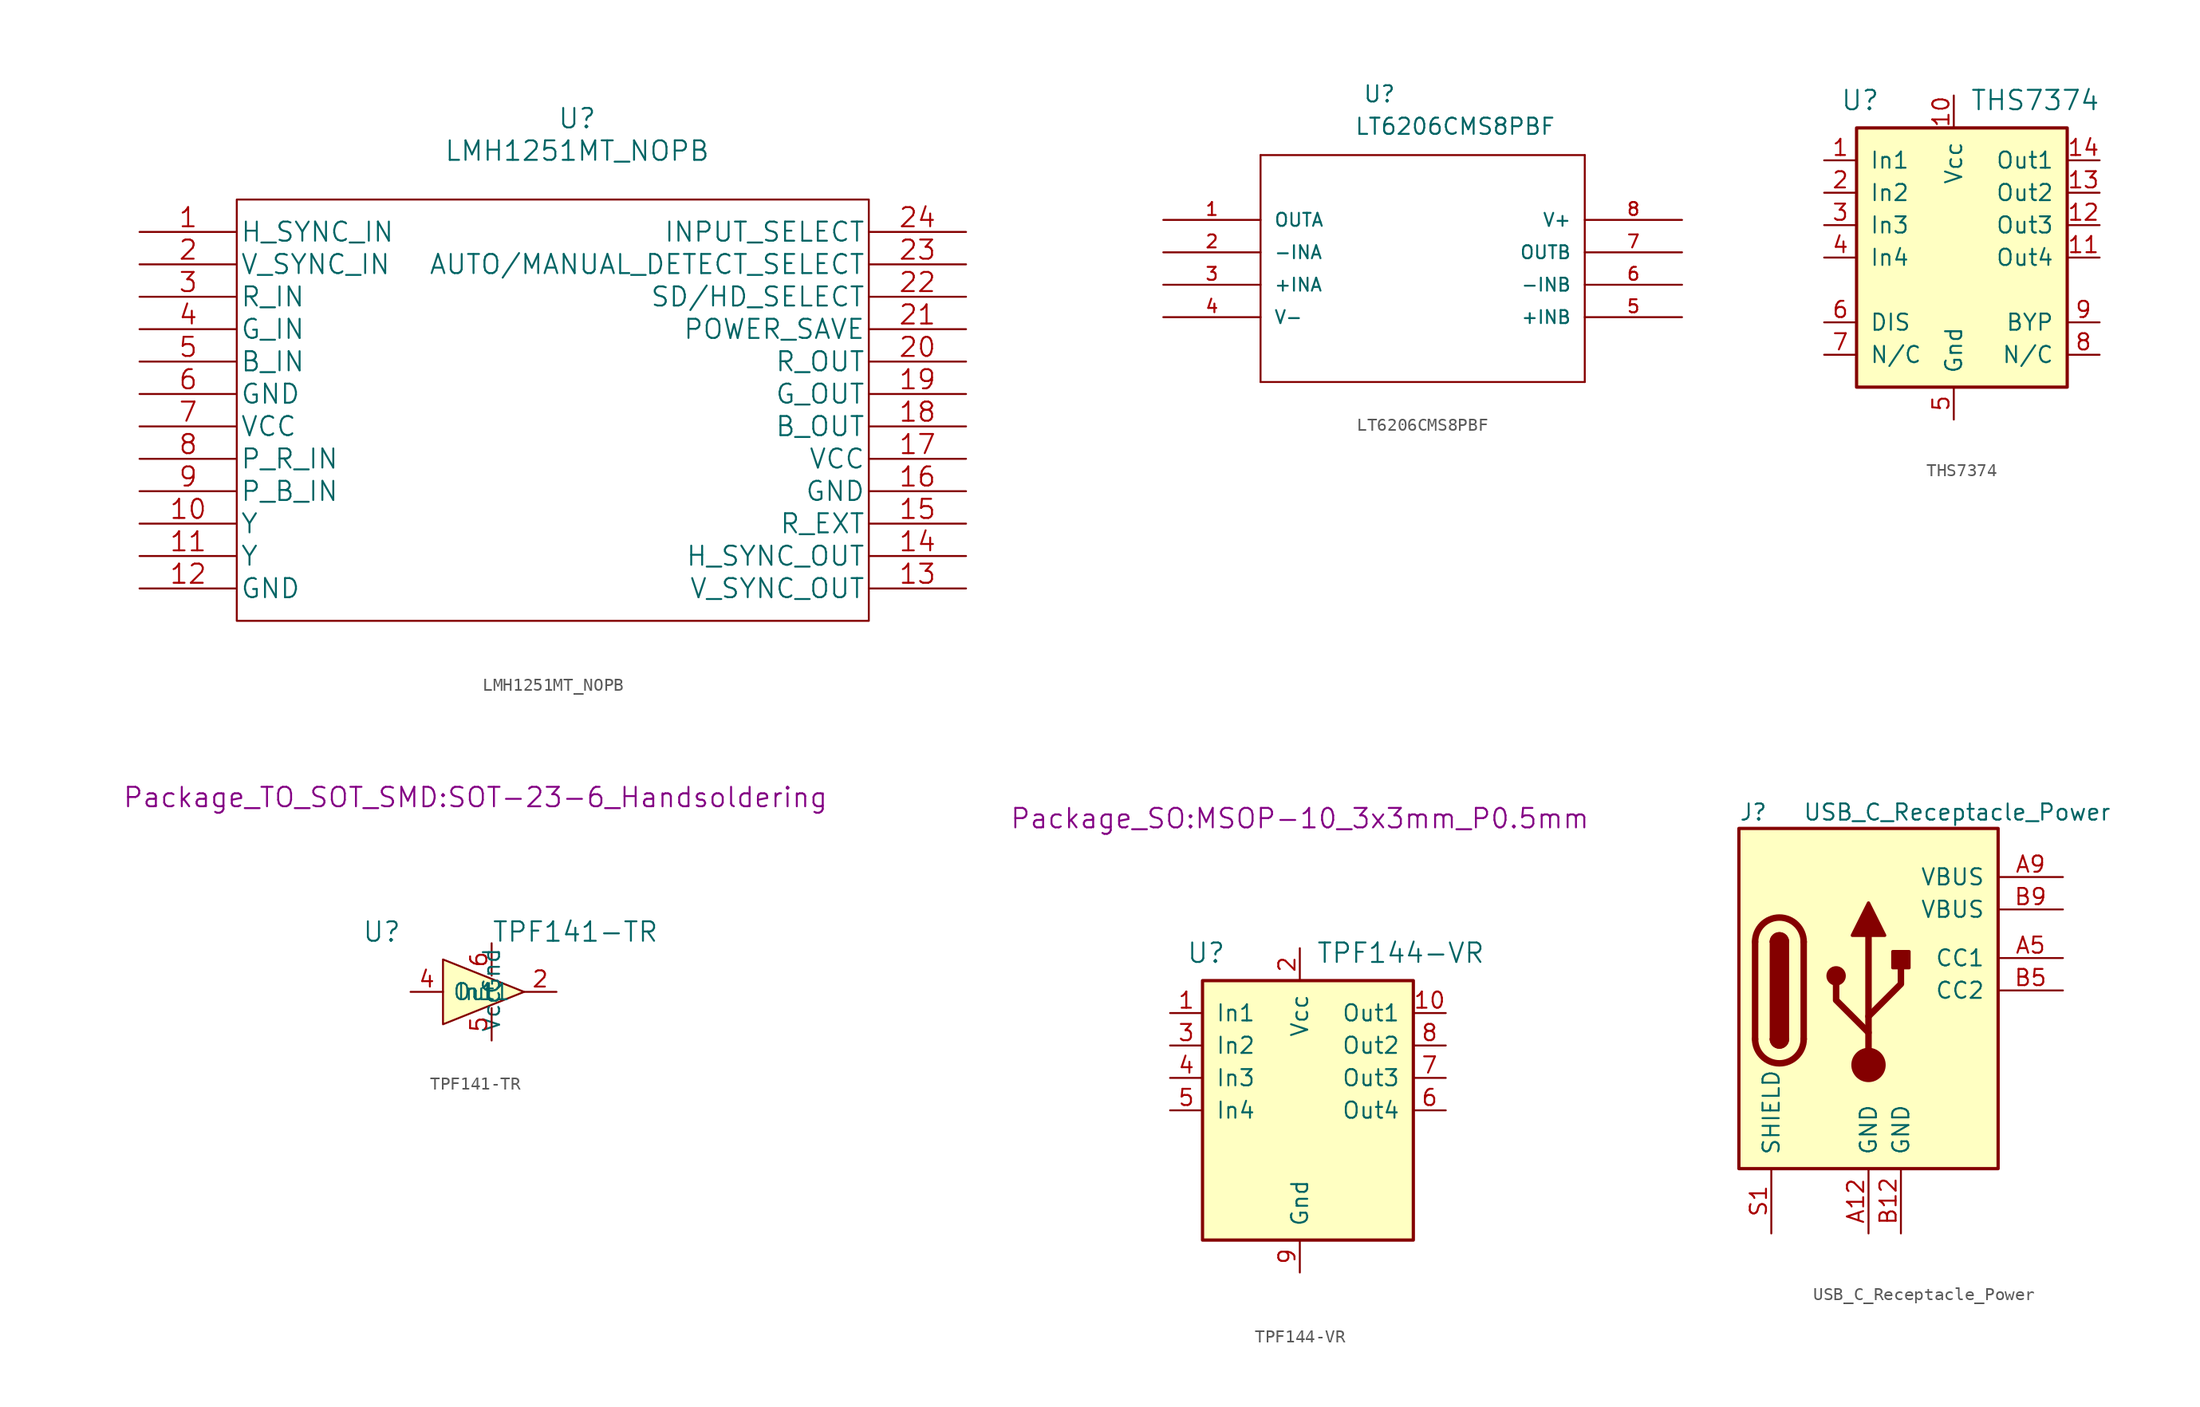
<source format=kicad_sym>
(kicad_symbol_lib
  (version 20211014)
  (generator kicad_symbol_editor)
  (symbol "LMH1251MT_NOPB"
    (pin_names
      (offset 0.254))
    (property "Reference" "U"
      (at 58.42 10.16 0)
      (effects (font (size 1.524 1.524))))
    (property "Value" "LMH1251MT_NOPB"
      (at 58.42 7.62 0)
      (effects (font (size 1.524 1.524))))
    (property "Datasheet" ""
      (at 24.13 1.27 0)
      (effects (font (size 1.524 1.524))))
    (symbol "LMH1251MT_NOPB_0_1"
      (polyline (pts (xy 31.75 3.81) (xy 31.75 -29.21) (xy 81.28 -29.21) (xy 81.28 3.81) (xy 31.75 3.81)) (stroke (width 0) (type default) (color 0 0 0 0)) (fill (type none))))
    (symbol "LMH1251MT_NOPB_1_0"
      (pin input line (at 24.13 1.27 0) (length 7.62) (name "H_SYNC_IN" (effects (font (size 1.499 1.499)))) (number "1" (effects (font (size 1.499 1.499)))))
      (pin input line (at 24.13 -21.59 0) (length 7.62) (name "Y" (effects (font (size 1.499 1.499)))) (number "10" (effects (font (size 1.499 1.499)))))
      (pin input line (at 24.13 -24.13 0) (length 7.62) (name "Y" (effects (font (size 1.499 1.499)))) (number "11" (effects (font (size 1.499 1.499)))))
      (pin power_in line (at 24.13 -26.67 0) (length 7.62) (name "GND" (effects (font (size 1.499 1.499)))) (number "12" (effects (font (size 1.499 1.499)))))
      (pin output line (at 88.9 -26.67 180) (length 7.62) (name "V_SYNC_OUT" (effects (font (size 1.499 1.499)))) (number "13" (effects (font (size 1.499 1.499)))))
      (pin output line (at 88.9 -24.13 180) (length 7.62) (name "H_SYNC_OUT" (effects (font (size 1.499 1.499)))) (number "14" (effects (font (size 1.499 1.499)))))
      (pin unspecified line (at 88.9 -21.59 180) (length 7.62) (name "R_EXT" (effects (font (size 1.499 1.499)))) (number "15" (effects (font (size 1.499 1.499)))))
      (pin power_in line (at 88.9 -19.05 180) (length 7.62) (name "GND" (effects (font (size 1.499 1.499)))) (number "16" (effects (font (size 1.499 1.499)))))
      (pin power_in line (at 88.9 -16.51 180) (length 7.62) (name "VCC" (effects (font (size 1.499 1.499)))) (number "17" (effects (font (size 1.499 1.499)))))
      (pin output line (at 88.9 -13.97 180) (length 7.62) (name "B_OUT" (effects (font (size 1.499 1.499)))) (number "18" (effects (font (size 1.499 1.499)))))
      (pin output line (at 88.9 -11.43 180) (length 7.62) (name "G_OUT" (effects (font (size 1.499 1.499)))) (number "19" (effects (font (size 1.499 1.499)))))
      (pin input line (at 24.13 -1.27 0) (length 7.62) (name "V_SYNC_IN" (effects (font (size 1.499 1.499)))) (number "2" (effects (font (size 1.499 1.499)))))
      (pin output line (at 88.9 -8.89 180) (length 7.62) (name "R_OUT" (effects (font (size 1.499 1.499)))) (number "20" (effects (font (size 1.499 1.499)))))
      (pin unspecified line (at 88.9 -6.35 180) (length 7.62) (name "POWER_SAVE" (effects (font (size 1.499 1.499)))) (number "21" (effects (font (size 1.499 1.499)))))
      (pin unspecified line (at 88.9 -3.81 180) (length 7.62) (name "SD/HD_SELECT" (effects (font (size 1.499 1.499)))) (number "22" (effects (font (size 1.499 1.499)))))
      (pin unspecified line (at 88.9 -1.27 180) (length 7.62) (name "AUTO/MANUAL_DETECT_SELECT" (effects (font (size 1.499 1.499)))) (number "23" (effects (font (size 1.499 1.499)))))
      (pin unspecified line (at 88.9 1.27 180) (length 7.62) (name "INPUT_SELECT" (effects (font (size 1.499 1.499)))) (number "24" (effects (font (size 1.499 1.499)))))
      (pin input line (at 24.13 -3.81 0) (length 7.62) (name "R_IN" (effects (font (size 1.499 1.499)))) (number "3" (effects (font (size 1.499 1.499)))))
      (pin input line (at 24.13 -6.35 0) (length 7.62) (name "G_IN" (effects (font (size 1.499 1.499)))) (number "4" (effects (font (size 1.499 1.499)))))
      (pin input line (at 24.13 -8.89 0) (length 7.62) (name "B_IN" (effects (font (size 1.499 1.499)))) (number "5" (effects (font (size 1.499 1.499)))))
      (pin power_in line (at 24.13 -11.43 0) (length 7.62) (name "GND" (effects (font (size 1.499 1.499)))) (number "6" (effects (font (size 1.499 1.499)))))
      (pin power_in line (at 24.13 -13.97 0) (length 7.62) (name "VCC" (effects (font (size 1.499 1.499)))) (number "7" (effects (font (size 1.499 1.499)))))
      (pin input line (at 24.13 -16.51 0) (length 7.62) (name "P_R_IN" (effects (font (size 1.499 1.499)))) (number "8" (effects (font (size 1.499 1.499)))))
      (pin input line (at 24.13 -19.05 0) (length 7.62) (name "P_B_IN" (effects (font (size 1.499 1.499)))) (number "9" (effects (font (size 1.499 1.499)))))))
  (symbol "LT6206CMS8PBF"
    (pin_names
      (offset 1.016))
    (property "Reference" "U"
      (at 15.621 9.119 0)
      (effects (font (size 1.27 1.27)) (justify left bottom)))
    (property "Value" "LT6206CMS8PBF"
      (at 14.961 6.579 0)
      (effects (font (size 1.27 1.27)) (justify left bottom)))
    (property "ki_locked" ""
      (at 0 0 0)
      (effects (font (size 1.27 1.27))))
    (symbol "LT6206CMS8PBF_0_0"
      (polyline (pts (xy 7.62 -12.7) (xy 33.02 -12.7)) (stroke (width 0.152) (type default) (color 0 0 0 0)) (fill (type none)))
      (polyline (pts (xy 7.62 5.08) (xy 7.62 -12.7)) (stroke (width 0.152) (type default) (color 0 0 0 0)) (fill (type none)))
      (polyline (pts (xy 33.02 -12.7) (xy 33.02 5.08)) (stroke (width 0.152) (type default) (color 0 0 0 0)) (fill (type none)))
      (polyline (pts (xy 33.02 5.08) (xy 7.62 5.08)) (stroke (width 0.152) (type default) (color 0 0 0 0)) (fill (type none)))
      (pin output line (at 0 0 0) (length 7.62) (name "OUTA" (effects (font (size 1.016 1.016)))) (number "1" (effects (font (size 1.016 1.016)))))
      (pin input line (at 0 -2.54 0) (length 7.62) (name "-INA" (effects (font (size 1.016 1.016)))) (number "2" (effects (font (size 1.016 1.016)))))
      (pin input line (at 0 -5.08 0) (length 7.62) (name "+INA" (effects (font (size 1.016 1.016)))) (number "3" (effects (font (size 1.016 1.016)))))
      (pin power_in line (at 0 -7.62 0) (length 7.62) (name "V-" (effects (font (size 1.016 1.016)))) (number "4" (effects (font (size 1.016 1.016)))))
      (pin input line (at 40.64 -7.62 180) (length 7.62) (name "+INB" (effects (font (size 1.016 1.016)))) (number "5" (effects (font (size 1.016 1.016)))))
      (pin input line (at 40.64 -5.08 180) (length 7.62) (name "-INB" (effects (font (size 1.016 1.016)))) (number "6" (effects (font (size 1.016 1.016)))))
      (pin output line (at 40.64 -2.54 180) (length 7.62) (name "OUTB" (effects (font (size 1.016 1.016)))) (number "7" (effects (font (size 1.016 1.016)))))
      (pin power_in line (at 40.64 0 180) (length 7.62) (name "V+" (effects (font (size 1.016 1.016)))) (number "8" (effects (font (size 1.016 1.016)))))))
  (symbol "THS7374"
    (pin_names
      (offset 1.016))
    (property "Reference" "U"
      (at -3.81 6.35 0)
      (effects (font (size 1.524 1.524)) (justify left bottom)))
    (property "Value" "THS7374"
      (at 6.35 6.35 0)
      (effects (font (size 1.524 1.524)) (justify left bottom)))
    (property "Footprint" ""
      (at 0 0 0)
      (effects (font (size 1.524 1.524))))
    (property "Datasheet" ""
      (at 0 0 0)
      (effects (font (size 1.524 1.524))))
    (symbol "THS7374_0_1"
      (rectangle (start -2.54 -15.24) (end 13.97 5.08) (stroke (width 0.254) (type default) (color 0 0 0 0)) (fill (type background)))
      (pin input line (at -5.08 2.54 0) (length 2.54) (name "In1" (effects (font (size 1.27 1.27)))) (number "1" (effects (font (size 1.27 1.27)))))
      (pin power_in line (at 5.08 7.62 270) (length 2.54) (name "Vcc" (effects (font (size 1.27 1.27)))) (number "10" (effects (font (size 1.27 1.27)))))
      (pin output line (at 16.51 -5.08 180) (length 2.54) (name "Out4" (effects (font (size 1.27 1.27)))) (number "11" (effects (font (size 1.27 1.27)))))
      (pin output line (at 16.51 -2.54 180) (length 2.54) (name "Out3" (effects (font (size 1.27 1.27)))) (number "12" (effects (font (size 1.27 1.27)))))
      (pin output line (at 16.51 0 180) (length 2.54) (name "Out2" (effects (font (size 1.27 1.27)))) (number "13" (effects (font (size 1.27 1.27)))))
      (pin output line (at 16.51 2.54 180) (length 2.54) (name "Out1" (effects (font (size 1.27 1.27)))) (number "14" (effects (font (size 1.27 1.27)))))
      (pin input line (at -5.08 0 0) (length 2.54) (name "In2" (effects (font (size 1.27 1.27)))) (number "2" (effects (font (size 1.27 1.27)))))
      (pin input line (at -5.08 -2.54 0) (length 2.54) (name "In3" (effects (font (size 1.27 1.27)))) (number "3" (effects (font (size 1.27 1.27)))))
      (pin input line (at -5.08 -5.08 0) (length 2.54) (name "In4" (effects (font (size 1.27 1.27)))) (number "4" (effects (font (size 1.27 1.27)))))
      (pin power_in line (at 5.08 -17.78 90) (length 2.54) (name "Gnd" (effects (font (size 1.27 1.27)))) (number "5" (effects (font (size 1.27 1.27)))))
      (pin input line (at -5.08 -10.16 0) (length 2.54) (name "DIS" (effects (font (size 1.27 1.27)))) (number "6" (effects (font (size 1.27 1.27)))))
      (pin passive line (at -5.08 -12.7 0) (length 2.54) (name "N/C" (effects (font (size 1.27 1.27)))) (number "7" (effects (font (size 1.27 1.27)))))
      (pin passive line (at 16.51 -12.7 180) (length 2.54) (name "N/C" (effects (font (size 1.27 1.27)))) (number "8" (effects (font (size 1.27 1.27)))))
      (pin input line (at 16.51 -10.16 180) (length 2.54) (name "BYP" (effects (font (size 1.27 1.27)))) (number "9" (effects (font (size 1.27 1.27)))))))
  (symbol "TPF141-TR"
    (pin_names
      (offset 1.016))
    (property "Reference" "U"
      (at -8.89 12.7 0)
      (effects (font (size 1.524 1.524)) (justify left bottom)))
    (property "Value" "TPF141-TR"
      (at 1.27 12.7 0)
      (effects (font (size 1.524 1.524)) (justify left bottom)))
    (property "Footprint" "Package_TO_SOT_SMD:SOT-23-6_Handsoldering"
      (at 0 24.13 0)
      (effects (font (size 1.524 1.524))))
    (property "Datasheet" ""
      (at -5.08 6.35 0)
      (effects (font (size 1.524 1.524))))
    (symbol "TPF141-TR_0_1"
      (polyline (pts (xy -2.54 11.43) (xy 3.81 8.89) (xy -2.54 6.35) (xy -2.54 11.43)) (stroke (width 0.152) (type default) (color 0 0 0 0)) (fill (type background)))
      (pin output line (at 6.35 8.89 180) (length 2.54) (name "Out1" (effects (font (size 1.27 1.27)))) (number "2" (effects (font (size 1.27 1.27)))))
      (pin input line (at -5.08 8.89 0) (length 2.54) (name "In1" (effects (font (size 1.27 1.27)))) (number "4" (effects (font (size 1.27 1.27)))))
      (pin power_in line (at 1.27 5.08 90) (length 2.54) (name "Gnd" (effects (font (size 1.27 1.27)))) (number "5" (effects (font (size 1.27 1.27)))))
      (pin power_in line (at 1.27 12.7 270) (length 2.54) (name "Vcc" (effects (font (size 1.27 1.27)))) (number "6" (effects (font (size 1.27 1.27)))))))
  (symbol "TPF144-VR"
    (pin_names
      (offset 1.016))
    (property "Reference" "U"
      (at -8.89 12.7 0)
      (effects (font (size 1.524 1.524)) (justify left bottom)))
    (property "Value" "TPF144-VR"
      (at 1.27 12.7 0)
      (effects (font (size 1.524 1.524)) (justify left bottom)))
    (property "Footprint" "Package_SO:MSOP-10_3x3mm_P0.5mm"
      (at 0 24.13 0)
      (effects (font (size 1.524 1.524))))
    (property "Datasheet" ""
      (at -5.08 6.35 0)
      (effects (font (size 1.524 1.524))))
    (symbol "TPF144-VR_0_1"
      (rectangle (start -7.62 -8.89) (end 8.89 11.43) (stroke (width 0.254) (type default) (color 0 0 0 0)) (fill (type background)))
      (pin input line (at -10.16 8.89 0) (length 2.54) (name "In1" (effects (font (size 1.27 1.27)))) (number "1" (effects (font (size 1.27 1.27)))))
      (pin output line (at 11.43 8.89 180) (length 2.54) (name "Out1" (effects (font (size 1.27 1.27)))) (number "10" (effects (font (size 1.27 1.27)))))
      (pin power_in line (at 0 13.97 270) (length 2.54) (name "Vcc" (effects (font (size 1.27 1.27)))) (number "2" (effects (font (size 1.27 1.27)))))
      (pin input line (at -10.16 6.35 0) (length 2.54) (name "In2" (effects (font (size 1.27 1.27)))) (number "3" (effects (font (size 1.27 1.27)))))
      (pin input line (at -10.16 3.81 0) (length 2.54) (name "In3" (effects (font (size 1.27 1.27)))) (number "4" (effects (font (size 1.27 1.27)))))
      (pin input line (at -10.16 1.27 0) (length 2.54) (name "In4" (effects (font (size 1.27 1.27)))) (number "5" (effects (font (size 1.27 1.27)))))
      (pin output line (at 11.43 1.27 180) (length 2.54) (name "Out4" (effects (font (size 1.27 1.27)))) (number "6" (effects (font (size 1.27 1.27)))))
      (pin output line (at 11.43 3.81 180) (length 2.54) (name "Out3" (effects (font (size 1.27 1.27)))) (number "7" (effects (font (size 1.27 1.27)))))
      (pin output line (at 11.43 6.35 180) (length 2.54) (name "Out2" (effects (font (size 1.27 1.27)))) (number "8" (effects (font (size 1.27 1.27)))))
      (pin power_in line (at 0 -11.43 90) (length 2.54) (name "Gnd" (effects (font (size 1.27 1.27)))) (number "9" (effects (font (size 1.27 1.27)))))))
  (symbol "USB_C_Receptacle_Power"
    (pin_names
      (offset 1.016))
    (property "Reference" "J"
      (at -10.16 10.16 0)
      (effects (font (size 1.27 1.27)) (justify left)))
    (property "Value" "USB_C_Receptacle_Power"
      (at 19.05 10.16 0)
      (effects (font (size 1.27 1.27)) (justify right)))
    (symbol "USB_C_Receptacle_Power_0_1"
      (rectangle (start -10.16 8.89) (end 10.16 -17.78) (stroke (width 0.254) (type default) (color 0 0 0 0)) (fill (type background)))
      (arc (start -8.89 -7.62) (mid -6.985 -9.525) (end -5.08 -7.62) (stroke (width 0.508) (type default) (color 0 0 0 0)) (fill (type none)))
      (arc (start -7.62 -7.62) (mid -6.985 -8.255) (end -6.35 -7.62) (stroke (width 0.254) (type default) (color 0 0 0 0)) (fill (type none)))
      (arc (start -7.62 -7.62) (mid -6.985 -8.255) (end -6.35 -7.62) (stroke (width 0.254) (type default) (color 0 0 0 0)) (fill (type outline)))
      (rectangle (start -7.62 -7.62) (end -6.35 0) (stroke (width 0.254) (type default) (color 0 0 0 0)) (fill (type outline)))
      (arc (start -6.35 0) (mid -6.985 0.635) (end -7.62 0) (stroke (width 0.254) (type default) (color 0 0 0 0)) (fill (type none)))
      (arc (start -6.35 0) (mid -6.985 0.635) (end -7.62 0) (stroke (width 0.254) (type default) (color 0 0 0 0)) (fill (type outline)))
      (arc (start -5.08 0) (mid -6.985 1.905) (end -8.89 0) (stroke (width 0.508) (type default) (color 0 0 0 0)) (fill (type none)))
      (circle (center -2.54 -2.667) (radius 0.635) (stroke (width 0.254) (type default) (color 0 0 0 0)) (fill (type outline)))
      (circle (center 0 -9.652) (radius 1.27) (stroke (width 0) (type default) (color 0 0 0 0)) (fill (type outline)))
      (polyline (pts (xy -8.89 -7.62) (xy -8.89 0)) (stroke (width 0.508) (type default) (color 0 0 0 0)) (fill (type none)))
      (polyline (pts (xy -5.08 0) (xy -5.08 -7.62)) (stroke (width 0.508) (type default) (color 0 0 0 0)) (fill (type none)))
      (polyline (pts (xy 0 -9.652) (xy 0 0.508)) (stroke (width 0.508) (type default) (color 0 0 0 0)) (fill (type none)))
      (polyline (pts (xy 0 -7.112) (xy -2.54 -4.572) (xy -2.54 -3.302)) (stroke (width 0.508) (type default) (color 0 0 0 0)) (fill (type none)))
      (polyline (pts (xy 0 -5.842) (xy 2.54 -3.302) (xy 2.54 -2.032)) (stroke (width 0.508) (type default) (color 0 0 0 0)) (fill (type none)))
      (polyline (pts (xy -1.27 0.508) (xy 0 3.048) (xy 1.27 0.508) (xy -1.27 0.508)) (stroke (width 0.254) (type default) (color 0 0 0 0)) (fill (type outline)))
      (rectangle (start 1.905 -2.032) (end 3.175 -0.762) (stroke (width 0.254) (type default) (color 0 0 0 0)) (fill (type outline))))
    (symbol "USB_C_Receptacle_Power_1_1"
      (pin power_out line (at 0 -22.86 90) (length 5.08) (name "GND" (effects (font (size 1.27 1.27)))) (number "A12" (effects (font (size 1.27 1.27)))))
      (pin bidirectional line (at 15.24 -1.27 180) (length 5.08) (name "CC1" (effects (font (size 1.27 1.27)))) (number "A5" (effects (font (size 1.27 1.27)))))
      (pin power_out line (at 15.24 5.08 180) (length 5.08) (name "VBUS" (effects (font (size 1.27 1.27)))) (number "A9" (effects (font (size 1.27 1.27)))))
      (pin power_out line (at 2.54 -22.86 90) (length 5.08) (name "GND" (effects (font (size 1.27 1.27)))) (number "B12" (effects (font (size 1.27 1.27)))))
      (pin bidirectional line (at 15.24 -3.81 180) (length 5.08) (name "CC2" (effects (font (size 1.27 1.27)))) (number "B5" (effects (font (size 1.27 1.27)))))
      (pin power_out line (at 15.24 2.54 180) (length 5.08) (name "VBUS" (effects (font (size 1.27 1.27)))) (number "B9" (effects (font (size 1.27 1.27)))))
      (pin passive line (at -7.62 -22.86 90) (length 5.08) (name "SHIELD" (effects (font (size 1.27 1.27)))) (number "S1" (effects (font (size 1.27 1.27))))))))
</source>
